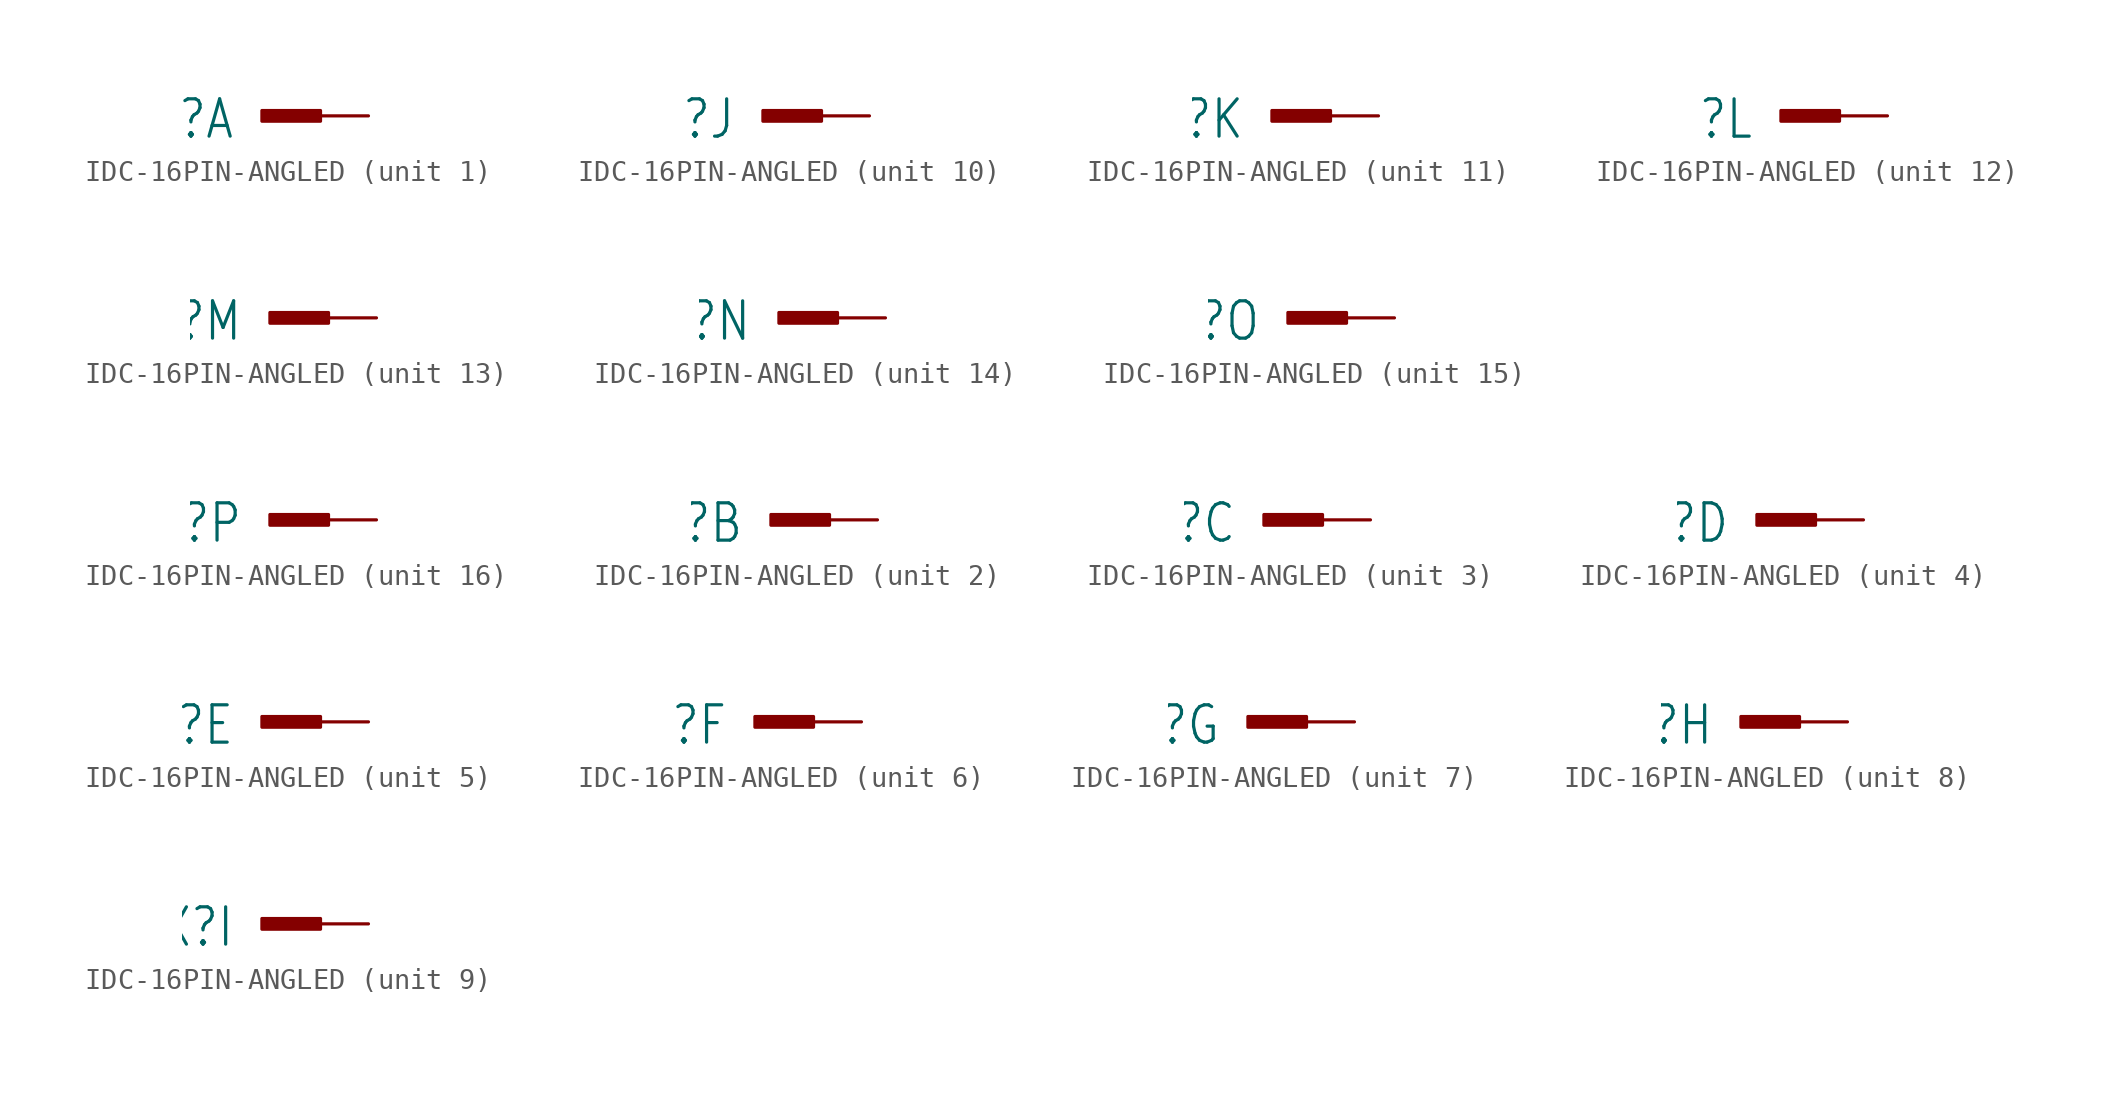
<source format=kicad_sym>
(kicad_symbol_lib
  (version 20211014)
  (generator kicad_symbol_editor)
  (symbol "IDC-16PIN-ANGLED"
    (property "Reference" "X"
      (at -6.35 0.889 0)
      (effects (font (size 1.778 1.511)) (justify right top)))
    (property "ki_locked" ""
      (at 0 0 0)
      (effects (font (size 1.27 1.27))))
    (symbol "IDC-16PIN-ANGLED_1_0"
      (rectangle (start -5.08 -0.254) (end -2.286 0.254) (stroke (width 0) (type default) (color 0 0 0 0)) (fill (type outline)))
      (pin passive line (at 0 0 180) (length 2.54) (name "1" (effects (font (size 0 0)))) (number "1" (effects (font (size 0 0))))))
    (symbol "IDC-16PIN-ANGLED_2_0"
      (rectangle (start -5.08 -0.254) (end -2.286 0.254) (stroke (width 0) (type default) (color 0 0 0 0)) (fill (type outline)))
      (pin passive line (at 0 0 180) (length 2.54) (name "1" (effects (font (size 0 0)))) (number "2" (effects (font (size 0 0))))))
    (symbol "IDC-16PIN-ANGLED_3_0"
      (rectangle (start -5.08 -0.254) (end -2.286 0.254) (stroke (width 0) (type default) (color 0 0 0 0)) (fill (type outline)))
      (pin passive line (at 0 0 180) (length 2.54) (name "1" (effects (font (size 0 0)))) (number "3" (effects (font (size 0 0))))))
    (symbol "IDC-16PIN-ANGLED_4_0"
      (rectangle (start -5.08 -0.254) (end -2.286 0.254) (stroke (width 0) (type default) (color 0 0 0 0)) (fill (type outline)))
      (pin passive line (at 0 0 180) (length 2.54) (name "1" (effects (font (size 0 0)))) (number "4" (effects (font (size 0 0))))))
    (symbol "IDC-16PIN-ANGLED_5_0"
      (rectangle (start -5.08 -0.254) (end -2.286 0.254) (stroke (width 0) (type default) (color 0 0 0 0)) (fill (type outline)))
      (pin passive line (at 0 0 180) (length 2.54) (name "1" (effects (font (size 0 0)))) (number "5" (effects (font (size 0 0))))))
    (symbol "IDC-16PIN-ANGLED_6_0"
      (rectangle (start -5.08 -0.254) (end -2.286 0.254) (stroke (width 0) (type default) (color 0 0 0 0)) (fill (type outline)))
      (pin passive line (at 0 0 180) (length 2.54) (name "1" (effects (font (size 0 0)))) (number "6" (effects (font (size 0 0))))))
    (symbol "IDC-16PIN-ANGLED_7_0"
      (rectangle (start -5.08 -0.254) (end -2.286 0.254) (stroke (width 0) (type default) (color 0 0 0 0)) (fill (type outline)))
      (pin passive line (at 0 0 180) (length 2.54) (name "1" (effects (font (size 0 0)))) (number "7" (effects (font (size 0 0))))))
    (symbol "IDC-16PIN-ANGLED_8_0"
      (rectangle (start -5.08 -0.254) (end -2.286 0.254) (stroke (width 0) (type default) (color 0 0 0 0)) (fill (type outline)))
      (pin passive line (at 0 0 180) (length 2.54) (name "1" (effects (font (size 0 0)))) (number "8" (effects (font (size 0 0))))))
    (symbol "IDC-16PIN-ANGLED_9_0"
      (rectangle (start -5.08 -0.254) (end -2.286 0.254) (stroke (width 0) (type default) (color 0 0 0 0)) (fill (type outline)))
      (pin passive line (at 0 0 180) (length 2.54) (name "1" (effects (font (size 0 0)))) (number "9" (effects (font (size 0 0))))))
    (symbol "IDC-16PIN-ANGLED_10_0"
      (rectangle (start -5.08 -0.254) (end -2.286 0.254) (stroke (width 0) (type default) (color 0 0 0 0)) (fill (type outline)))
      (pin passive line (at 0 0 180) (length 2.54) (name "1" (effects (font (size 0 0)))) (number "10" (effects (font (size 0 0))))))
    (symbol "IDC-16PIN-ANGLED_11_0"
      (rectangle (start -5.08 -0.254) (end -2.286 0.254) (stroke (width 0) (type default) (color 0 0 0 0)) (fill (type outline)))
      (pin passive line (at 0 0 180) (length 2.54) (name "1" (effects (font (size 0 0)))) (number "11" (effects (font (size 0 0))))))
    (symbol "IDC-16PIN-ANGLED_12_0"
      (rectangle (start -5.08 -0.254) (end -2.286 0.254) (stroke (width 0) (type default) (color 0 0 0 0)) (fill (type outline)))
      (pin passive line (at 0 0 180) (length 2.54) (name "1" (effects (font (size 0 0)))) (number "12" (effects (font (size 0 0))))))
    (symbol "IDC-16PIN-ANGLED_13_0"
      (rectangle (start -5.08 -0.254) (end -2.286 0.254) (stroke (width 0) (type default) (color 0 0 0 0)) (fill (type outline)))
      (pin passive line (at 0 0 180) (length 2.54) (name "1" (effects (font (size 0 0)))) (number "13" (effects (font (size 0 0))))))
    (symbol "IDC-16PIN-ANGLED_14_0"
      (rectangle (start -5.08 -0.254) (end -2.286 0.254) (stroke (width 0) (type default) (color 0 0 0 0)) (fill (type outline)))
      (pin passive line (at 0 0 180) (length 2.54) (name "1" (effects (font (size 0 0)))) (number "14" (effects (font (size 0 0))))))
    (symbol "IDC-16PIN-ANGLED_15_0"
      (rectangle (start -5.08 -0.254) (end -2.286 0.254) (stroke (width 0) (type default) (color 0 0 0 0)) (fill (type outline)))
      (pin passive line (at 0 0 180) (length 2.54) (name "1" (effects (font (size 0 0)))) (number "15" (effects (font (size 0 0))))))
    (symbol "IDC-16PIN-ANGLED_16_0"
      (rectangle (start -5.08 -0.254) (end -2.286 0.254) (stroke (width 0) (type default) (color 0 0 0 0)) (fill (type outline)))
      (pin passive line (at 0 0 180) (length 2.54) (name "1" (effects (font (size 0 0)))) (number "16" (effects (font (size 0 0))))))))
</source>
